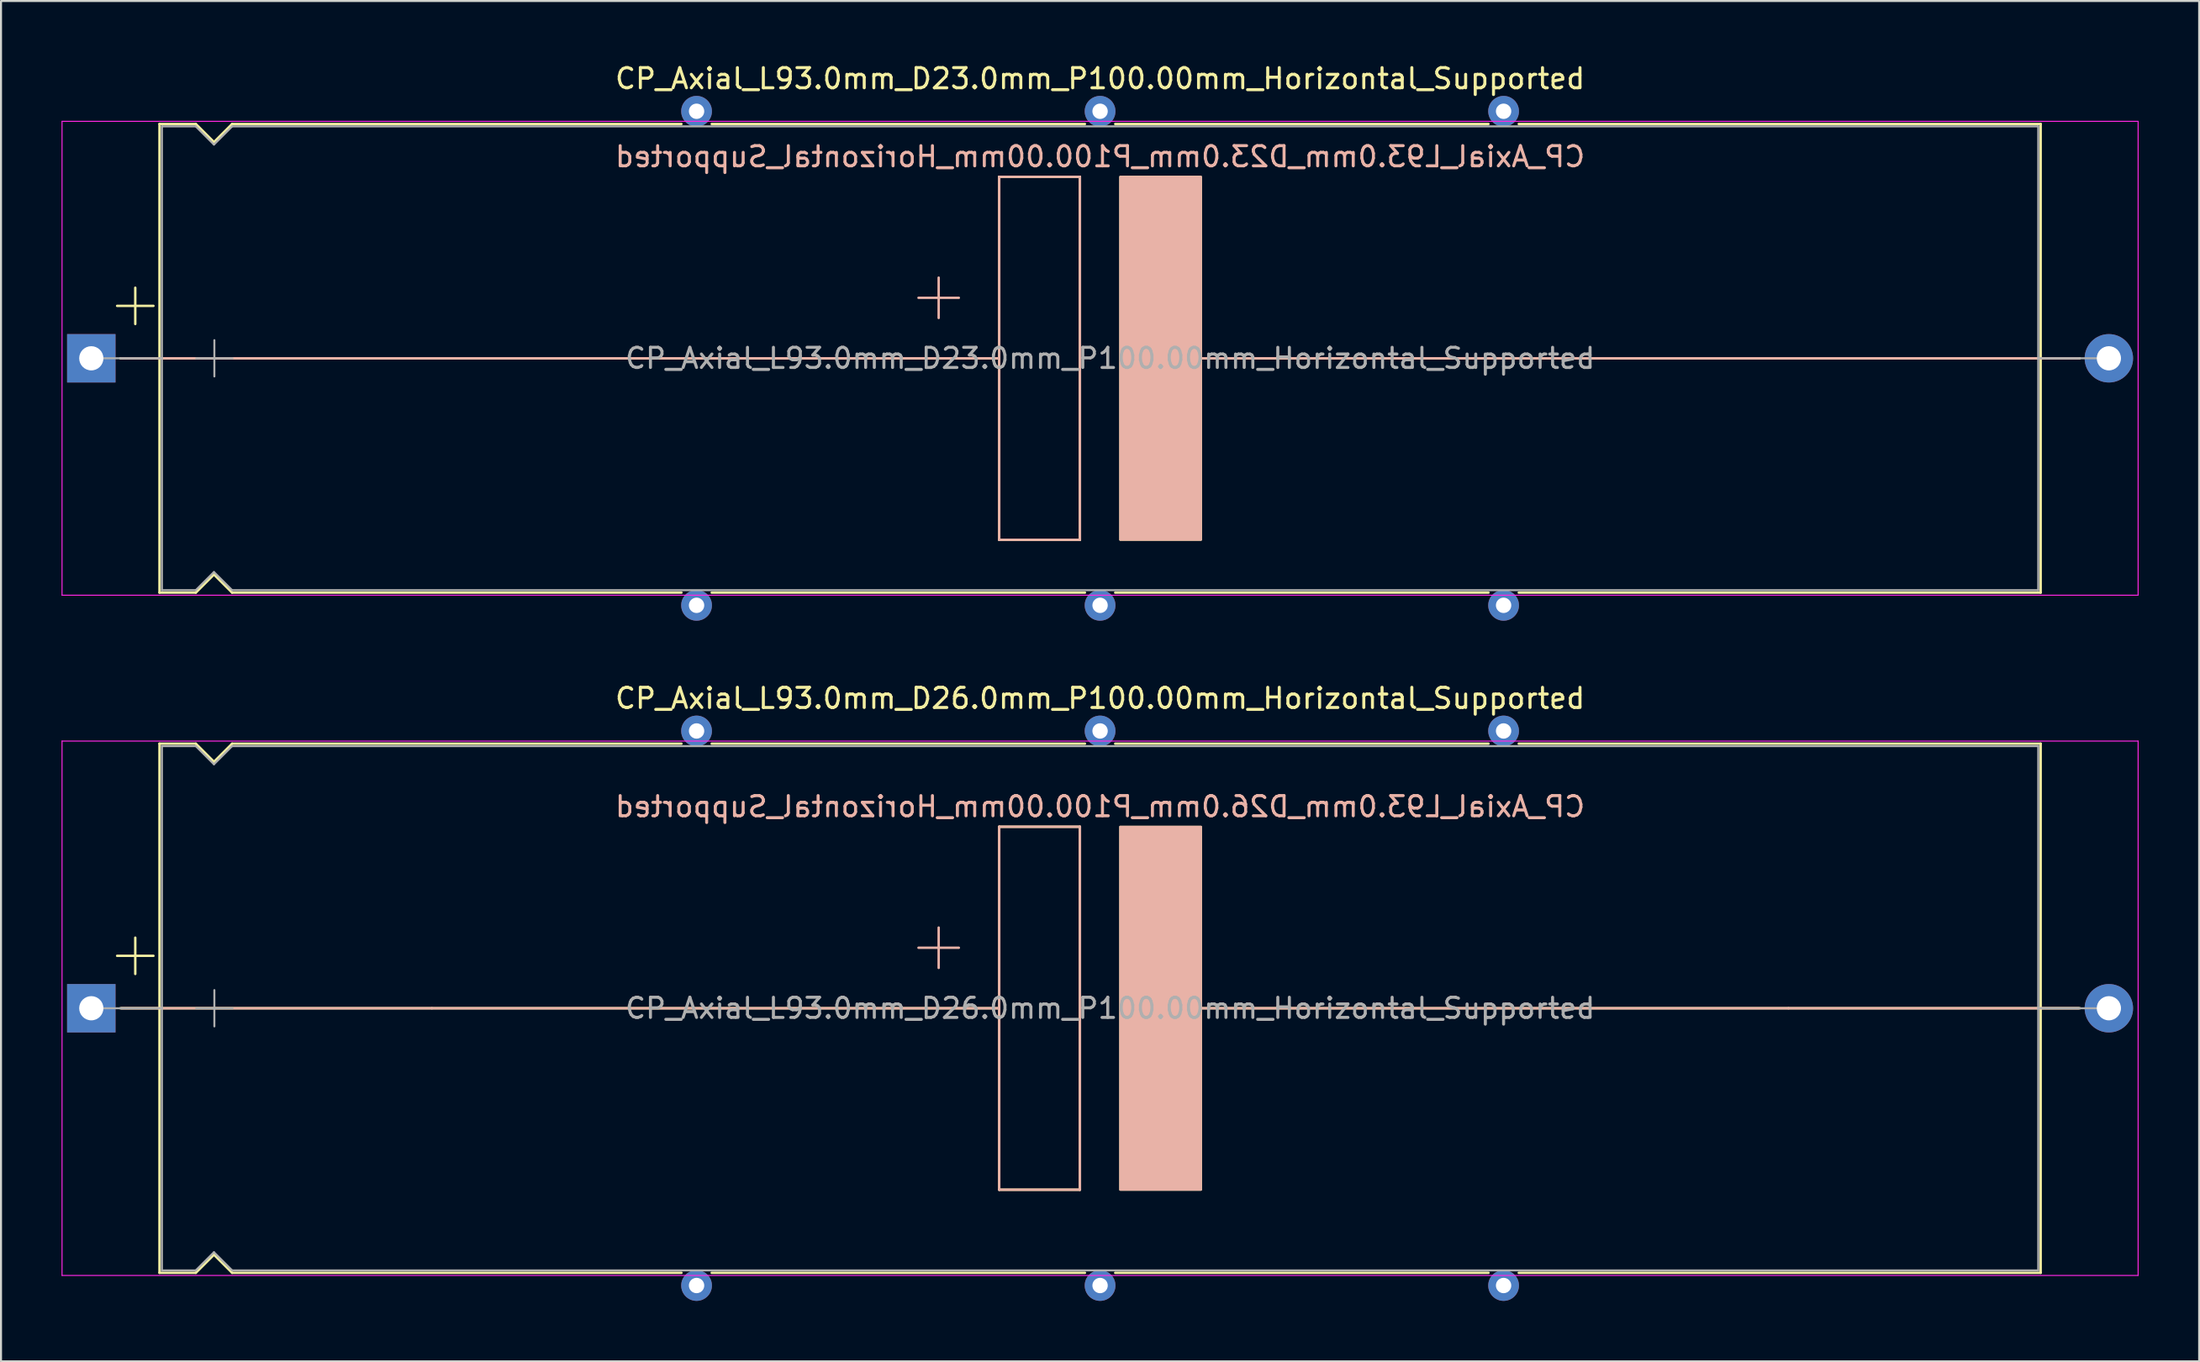
<source format=kicad_pcb>
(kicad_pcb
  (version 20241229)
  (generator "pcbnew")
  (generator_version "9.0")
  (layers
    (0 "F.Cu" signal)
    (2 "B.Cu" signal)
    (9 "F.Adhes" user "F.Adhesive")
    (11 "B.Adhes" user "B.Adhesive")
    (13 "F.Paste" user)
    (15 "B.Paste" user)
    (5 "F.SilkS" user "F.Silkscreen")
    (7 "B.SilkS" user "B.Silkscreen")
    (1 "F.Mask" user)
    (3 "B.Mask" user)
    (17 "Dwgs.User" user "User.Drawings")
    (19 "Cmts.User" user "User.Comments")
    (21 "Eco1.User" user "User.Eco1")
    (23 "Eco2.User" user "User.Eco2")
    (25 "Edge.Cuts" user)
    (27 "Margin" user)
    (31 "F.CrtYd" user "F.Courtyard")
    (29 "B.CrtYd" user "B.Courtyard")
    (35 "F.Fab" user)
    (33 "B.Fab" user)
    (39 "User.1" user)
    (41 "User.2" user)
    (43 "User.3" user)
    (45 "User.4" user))
  (footprint "CP_Axial_L93.0mm_D26.0mm_P100.00mm_Horizontal_Supported"
    (layer "F.Cu")
    (at 1.475 46.949)
    (property "Reference" "CP_Axial_L93.0mm_D26.0mm_P100.00mm_Horizontal_Supported" (at 50 -15.37 0) (layer "F.SilkS") (effects (font (size 1 1) (thickness 0.15))))
    (fp_line (start 1.28 -2.6) (end 3.08 -2.6) (stroke (width 0.12) (type solid)) (layer "F.SilkS"))
    (fp_line (start 1.44 0) (end 3.38 0) (stroke (width 0.12) (type solid)) (layer "F.SilkS"))
    (fp_line (start 2.18 -3.5) (end 2.18 -1.7) (stroke (width 0.12) (type solid)) (layer "F.SilkS"))
    (fp_line (start 3.38 -13.12) (end 3.38 13.12) (stroke (width 0.12) (type solid)) (layer "F.SilkS"))
    (fp_line (start 3.38 -13.12) (end 5.18 -13.12) (stroke (width 0.12) (type solid)) (layer "F.SilkS"))
    (fp_line (start 3.38 0) (end 45 0) (stroke (width 0.12) (type solid)) (layer "F.SilkS"))
    (fp_line (start 3.38 13.12) (end 5.18 13.12) (stroke (width 0.12) (type solid)) (layer "F.SilkS"))
    (fp_line (start 5.18 -13.12) (end 6.08 -12.22) (stroke (width 0.12) (type solid)) (layer "F.SilkS"))
    (fp_line (start 5.18 13.12) (end 6.08 12.22) (stroke (width 0.12) (type solid)) (layer "F.SilkS"))
    (fp_line (start 6.08 -12.22) (end 6.98 -13.12) (stroke (width 0.12) (type solid)) (layer "F.SilkS"))
    (fp_line (start 6.08 12.22) (end 6.98 13.12) (stroke (width 0.12) (type solid)) (layer "F.SilkS"))
    (fp_line (start 6.98 -13.12) (end 29.25 -13.12) (stroke (width 0.12) (type solid)) (layer "F.SilkS"))
    (fp_line (start 6.98 13.12) (end 29.25 13.12) (stroke (width 0.12) (type solid)) (layer "F.SilkS"))
    (fp_line (start 30.75 -13.12) (end 49.25 -13.12) (stroke (width 0.12) (type solid)) (layer "F.SilkS"))
    (fp_line (start 30.75 13.12) (end 49.25 13.12) (stroke (width 0.12) (type solid)) (layer "F.SilkS"))
    (fp_line (start 45 -9) (end 49 -9) (stroke (width 0.12) (type solid)) (layer "F.SilkS"))
    (fp_line (start 45 9) (end 45 -9) (stroke (width 0.12) (type solid)) (layer "F.SilkS"))
    (fp_line (start 49 -9) (end 49 9) (stroke (width 0.12) (type solid)) (layer "F.SilkS"))
    (fp_line (start 49 9) (end 45 9) (stroke (width 0.12) (type solid)) (layer "F.SilkS"))
    (fp_line (start 50.75 -13.12) (end 69.25 -13.12) (stroke (width 0.12) (type solid)) (layer "F.SilkS"))
    (fp_line (start 50.75 13.12) (end 69.25 13.12) (stroke (width 0.12) (type solid)) (layer "F.SilkS"))
    (fp_line (start 54.5 0) (end 96.62 0) (stroke (width 0.12) (type solid)) (layer "F.SilkS"))
    (fp_line (start 70.75 -13.12) (end 96.62 -13.12) (stroke (width 0.12) (type solid)) (layer "F.SilkS"))
    (fp_line (start 70.75 13.12) (end 96.62 13.12) (stroke (width 0.12) (type solid)) (layer "F.SilkS"))
    (fp_line (start 96.62 -13.12) (end 96.62 13.12) (stroke (width 0.12) (type solid)) (layer "F.SilkS"))
    (fp_line (start 98.56 0) (end 96.62 0) (stroke (width 0.12) (type solid)) (layer "F.SilkS"))
    (fp_poly (pts (xy 55 9) (xy 51 9) (xy 51 -9) (xy 55 -9)) (stroke (width 0.1) (type solid)) (fill yes) (layer "F.SilkS"))
    (fp_line (start 1.5 0) (end 16.88 0) (stroke (width 0.12) (type solid)) (layer "B.SilkS"))
    (fp_line (start 16.88 0) (end 45 0) (stroke (width 0.12) (type solid)) (layer "B.SilkS"))
    (fp_line (start 42 -2) (end 42 -4) (stroke (width 0.12) (type solid)) (layer "B.SilkS"))
    (fp_line (start 43 -3) (end 41 -3) (stroke (width 0.12) (type solid)) (layer "B.SilkS"))
    (fp_line (start 45 -9) (end 49 -9) (stroke (width 0.12) (type solid)) (layer "B.SilkS"))
    (fp_line (start 45 9) (end 45 -9) (stroke (width 0.12) (type solid)) (layer "B.SilkS"))
    (fp_line (start 49 -9) (end 49 9) (stroke (width 0.12) (type solid)) (layer "B.SilkS"))
    (fp_line (start 49 9) (end 45 9) (stroke (width 0.12) (type solid)) (layer "B.SilkS"))
    (fp_line (start 55 0) (end 84.12 0) (stroke (width 0.12) (type solid)) (layer "B.SilkS"))
    (fp_line (start 98.5 0) (end 84.12 0) (stroke (width 0.12) (type solid)) (layer "B.SilkS"))
    (fp_poly (pts (xy 55 9) (xy 51 9) (xy 51 -9) (xy 55 -9)) (stroke (width 0.1) (type solid)) (fill yes) (layer "B.SilkS"))
    (fp_line (start -1.45 -13.25) (end -1.45 13.25) (stroke (width 0.05) (type solid)) (layer "F.CrtYd"))
    (fp_line (start -1.45 13.25) (end 101.45 13.25) (stroke (width 0.05) (type solid)) (layer "F.CrtYd"))
    (fp_line (start 101.45 -13.25) (end -1.45 -13.25) (stroke (width 0.05) (type solid)) (layer "F.CrtYd"))
    (fp_line (start 101.45 13.25) (end 101.45 -13.25) (stroke (width 0.05) (type solid)) (layer "F.CrtYd"))
    (fp_line (start 0 0) (end 3.5 0) (stroke (width 0.1) (type solid)) (layer "F.Fab"))
    (fp_line (start 3.5 -13) (end 3.5 13) (stroke (width 0.1) (type solid)) (layer "F.Fab"))
    (fp_line (start 3.5 -13) (end 5.18 -13) (stroke (width 0.1) (type solid)) (layer "F.Fab"))
    (fp_line (start 3.5 13) (end 5.18 13) (stroke (width 0.1) (type solid)) (layer "F.Fab"))
    (fp_line (start 5.18 -13) (end 6.08 -12.1) (stroke (width 0.1) (type solid)) (layer "F.Fab"))
    (fp_line (start 5.18 13) (end 6.08 12.1) (stroke (width 0.1) (type solid)) (layer "F.Fab"))
    (fp_line (start 5.2 0) (end 7 0) (stroke (width 0.1) (type solid)) (layer "F.Fab"))
    (fp_line (start 6.08 -12.1) (end 6.98 -13) (stroke (width 0.1) (type solid)) (layer "F.Fab"))
    (fp_line (start 6.08 12.1) (end 6.98 13) (stroke (width 0.1) (type solid)) (layer "F.Fab"))
    (fp_line (start 6.1 -0.9) (end 6.1 0.9) (stroke (width 0.1) (type solid)) (layer "F.Fab"))
    (fp_line (start 6.98 -13) (end 96.5 -13) (stroke (width 0.1) (type solid)) (layer "F.Fab"))
    (fp_line (start 6.98 13) (end 96.5 13) (stroke (width 0.1) (type solid)) (layer "F.Fab"))
    (fp_line (start 96.5 -13) (end 96.5 13) (stroke (width 0.1) (type solid)) (layer "F.Fab"))
    (fp_line (start 100 0) (end 96.5 0) (stroke (width 0.1) (type solid)) (layer "F.Fab"))
    (fp_text user "${REFERENCE}" (at 50 -10 0) (layer "B.SilkS") (effects (font (size 1 1) (thickness 0.15)) (justify mirror)))
    (fp_text user "${REFERENCE}" (at 50.5 0 0) (layer "F.Fab") (effects (font (size 1 1) (thickness 0.15))))
    (pad "1" thru_hole rect (at 0 0) (size 2.4 2.4) (drill 1.2) (layers "*.Cu" "*.Mask"))
    (pad "2" thru_hole oval (at 100 0) (size 2.4 2.4) (drill 1.2) (layers "*.Cu" "*.Mask"))
    (pad "~" thru_hole circle (at 30 -13.75) (size 1.524 1.524) (drill 0.762) (layers "*.Cu" "*.Mask"))
    (pad "~" thru_hole circle (at 30 13.75) (size 1.524 1.524) (drill 0.762) (layers "*.Cu" "*.Mask"))
    (pad "~" thru_hole circle (at 50 -13.75) (size 1.524 1.524) (drill 0.762) (layers "*.Cu" "*.Mask"))
    (pad "~" thru_hole circle (at 50 13.75) (size 1.524 1.524) (drill 0.762) (layers "*.Cu" "*.Mask"))
    (pad "~" thru_hole circle (at 70 -13.75) (size 1.524 1.524) (drill 0.762) (layers "*.Cu" "*.Mask"))
    (pad "~" thru_hole circle (at 70 13.75) (size 1.524 1.524) (drill 0.762) (layers "*.Cu" "*.Mask")))
  (footprint "CP_Axial_L93.0mm_D23.0mm_P100.00mm_Horizontal_Supported"
    (layer "F.Cu")
    (at 1.475 14.718)
    (property "Reference" "CP_Axial_L93.0mm_D23.0mm_P100.00mm_Horizontal_Supported" (at 50 -13.87 0) (layer "F.SilkS") (effects (font (size 1 1) (thickness 0.15))))
    (fp_line (start 1.28 -2.6) (end 3.08 -2.6) (stroke (width 0.12) (type solid)) (layer "F.SilkS"))
    (fp_line (start 1.44 0) (end 3.38 0) (stroke (width 0.12) (type solid)) (layer "F.SilkS"))
    (fp_line (start 2.18 -3.5) (end 2.18 -1.7) (stroke (width 0.12) (type solid)) (layer "F.SilkS"))
    (fp_line (start 3.38 -11.62) (end 3.38 11.62) (stroke (width 0.12) (type solid)) (layer "F.SilkS"))
    (fp_line (start 3.38 -11.62) (end 5.18 -11.62) (stroke (width 0.12) (type solid)) (layer "F.SilkS"))
    (fp_line (start 3.38 0) (end 45 0) (stroke (width 0.12) (type solid)) (layer "F.SilkS"))
    (fp_line (start 3.38 11.62) (end 5.18 11.62) (stroke (width 0.12) (type solid)) (layer "F.SilkS"))
    (fp_line (start 5.18 -11.62) (end 6.08 -10.72) (stroke (width 0.12) (type solid)) (layer "F.SilkS"))
    (fp_line (start 5.18 11.62) (end 6.08 10.72) (stroke (width 0.12) (type solid)) (layer "F.SilkS"))
    (fp_line (start 6.08 -10.72) (end 6.98 -11.62) (stroke (width 0.12) (type solid)) (layer "F.SilkS"))
    (fp_line (start 6.08 10.72) (end 6.98 11.62) (stroke (width 0.12) (type solid)) (layer "F.SilkS"))
    (fp_line (start 6.98 -11.62) (end 29.25 -11.62) (stroke (width 0.12) (type solid)) (layer "F.SilkS"))
    (fp_line (start 6.98 11.62) (end 29.25 11.62) (stroke (width 0.12) (type solid)) (layer "F.SilkS"))
    (fp_line (start 30.75 -11.62) (end 49.25 -11.62) (stroke (width 0.12) (type solid)) (layer "F.SilkS"))
    (fp_line (start 30.75 11.62) (end 49.25 11.62) (stroke (width 0.12) (type solid)) (layer "F.SilkS"))
    (fp_line (start 45 -9) (end 49 -9) (stroke (width 0.12) (type solid)) (layer "F.SilkS"))
    (fp_line (start 45 9) (end 45 -9) (stroke (width 0.12) (type solid)) (layer "F.SilkS"))
    (fp_line (start 49 -9) (end 49 9) (stroke (width 0.12) (type solid)) (layer "F.SilkS"))
    (fp_line (start 49 9) (end 45 9) (stroke (width 0.12) (type solid)) (layer "F.SilkS"))
    (fp_line (start 50.75 -11.62) (end 69.25 -11.62) (stroke (width 0.12) (type solid)) (layer "F.SilkS"))
    (fp_line (start 50.75 11.62) (end 69.25 11.62) (stroke (width 0.12) (type solid)) (layer "F.SilkS"))
    (fp_line (start 54.5 0) (end 96.62 0) (stroke (width 0.12) (type solid)) (layer "F.SilkS"))
    (fp_line (start 70.75 -11.62) (end 96.62 -11.62) (stroke (width 0.12) (type solid)) (layer "F.SilkS"))
    (fp_line (start 70.75 11.62) (end 96.62 11.62) (stroke (width 0.12) (type solid)) (layer "F.SilkS"))
    (fp_line (start 96.62 -11.62) (end 96.62 11.62) (stroke (width 0.12) (type solid)) (layer "F.SilkS"))
    (fp_line (start 98.56 0) (end 96.62 0) (stroke (width 0.12) (type solid)) (layer "F.SilkS"))
    (fp_poly (pts (xy 55 9) (xy 51 9) (xy 51 -9) (xy 55 -9)) (stroke (width 0.1) (type solid)) (fill yes) (layer "F.SilkS"))
    (fp_line (start 1.5 0) (end 16.88 0) (stroke (width 0.12) (type solid)) (layer "B.SilkS"))
    (fp_line (start 16.88 0) (end 45 0) (stroke (width 0.12) (type solid)) (layer "B.SilkS"))
    (fp_line (start 42 -2) (end 42 -4) (stroke (width 0.12) (type solid)) (layer "B.SilkS"))
    (fp_line (start 43 -3) (end 41 -3) (stroke (width 0.12) (type solid)) (layer "B.SilkS"))
    (fp_line (start 45 -9) (end 49 -9) (stroke (width 0.12) (type solid)) (layer "B.SilkS"))
    (fp_line (start 45 9) (end 45 -9) (stroke (width 0.12) (type solid)) (layer "B.SilkS"))
    (fp_line (start 49 -9) (end 49 9) (stroke (width 0.12) (type solid)) (layer "B.SilkS"))
    (fp_line (start 49 9) (end 45 9) (stroke (width 0.12) (type solid)) (layer "B.SilkS"))
    (fp_line (start 55 0) (end 84.12 0) (stroke (width 0.12) (type solid)) (layer "B.SilkS"))
    (fp_line (start 98.5 0) (end 84.12 0) (stroke (width 0.12) (type solid)) (layer "B.SilkS"))
    (fp_poly (pts (xy 55 9) (xy 51 9) (xy 51 -9) (xy 55 -9)) (stroke (width 0.1) (type solid)) (fill yes) (layer "B.SilkS"))
    (fp_line (start -1.45 -11.75) (end -1.45 11.75) (stroke (width 0.05) (type solid)) (layer "F.CrtYd"))
    (fp_line (start -1.45 11.75) (end 101.45 11.75) (stroke (width 0.05) (type solid)) (layer "F.CrtYd"))
    (fp_line (start 101.45 -11.75) (end -1.45 -11.75) (stroke (width 0.05) (type solid)) (layer "F.CrtYd"))
    (fp_line (start 101.45 11.75) (end 101.45 -11.75) (stroke (width 0.05) (type solid)) (layer "F.CrtYd"))
    (fp_line (start 0 0) (end 3.5 0) (stroke (width 0.1) (type solid)) (layer "F.Fab"))
    (fp_line (start 3.5 -11.5) (end 3.5 11.5) (stroke (width 0.1) (type solid)) (layer "F.Fab"))
    (fp_line (start 3.5 -11.5) (end 5.18 -11.5) (stroke (width 0.1) (type solid)) (layer "F.Fab"))
    (fp_line (start 3.5 11.5) (end 5.18 11.5) (stroke (width 0.1) (type solid)) (layer "F.Fab"))
    (fp_line (start 5.18 -11.5) (end 6.08 -10.6) (stroke (width 0.1) (type solid)) (layer "F.Fab"))
    (fp_line (start 5.18 11.5) (end 6.08 10.6) (stroke (width 0.1) (type solid)) (layer "F.Fab"))
    (fp_line (start 5.2 0) (end 7 0) (stroke (width 0.1) (type solid)) (layer "F.Fab"))
    (fp_line (start 6.08 -10.6) (end 6.98 -11.5) (stroke (width 0.1) (type solid)) (layer "F.Fab"))
    (fp_line (start 6.08 10.6) (end 6.98 11.5) (stroke (width 0.1) (type solid)) (layer "F.Fab"))
    (fp_line (start 6.1 -0.9) (end 6.1 0.9) (stroke (width 0.1) (type solid)) (layer "F.Fab"))
    (fp_line (start 6.98 -11.5) (end 96.5 -11.5) (stroke (width 0.1) (type solid)) (layer "F.Fab"))
    (fp_line (start 6.98 11.5) (end 96.5 11.5) (stroke (width 0.1) (type solid)) (layer "F.Fab"))
    (fp_line (start 96.5 -11.5) (end 96.5 11.5) (stroke (width 0.1) (type solid)) (layer "F.Fab"))
    (fp_line (start 100 0) (end 96.5 0) (stroke (width 0.1) (type solid)) (layer "F.Fab"))
    (fp_text user "${REFERENCE}" (at 50 -10 0) (layer "B.SilkS") (effects (font (size 1 1) (thickness 0.15)) (justify mirror)))
    (fp_text user "${REFERENCE}" (at 50.5 0 0) (layer "F.Fab") (effects (font (size 1 1) (thickness 0.15))))
    (pad "1" thru_hole rect (at 0 0) (size 2.4 2.4) (drill 1.2) (layers "*.Cu" "*.Mask"))
    (pad "2" thru_hole oval (at 100 0) (size 2.4 2.4) (drill 1.2) (layers "*.Cu" "*.Mask"))
    (pad "~" thru_hole circle (at 30 -12.25) (size 1.524 1.524) (drill 0.762) (layers "*.Cu" "*.Mask"))
    (pad "~" thru_hole circle (at 30 12.25) (size 1.524 1.524) (drill 0.762) (layers "*.Cu" "*.Mask"))
    (pad "~" thru_hole circle (at 50 -12.25) (size 1.524 1.524) (drill 0.762) (layers "*.Cu" "*.Mask"))
    (pad "~" thru_hole circle (at 50 12.25) (size 1.524 1.524) (drill 0.762) (layers "*.Cu" "*.Mask"))
    (pad "~" thru_hole circle (at 70 -12.25) (size 1.524 1.524) (drill 0.762) (layers "*.Cu" "*.Mask"))
    (pad "~" thru_hole circle (at 70 12.25) (size 1.524 1.524) (drill 0.762) (layers "*.Cu" "*.Mask")))
  (gr_rect
    (start -3 -3)
    (end 105.95 64.46)
    (stroke (width 0.1) (type default))
    (fill no)
    (layer "Edge.Cuts")))
</source>
